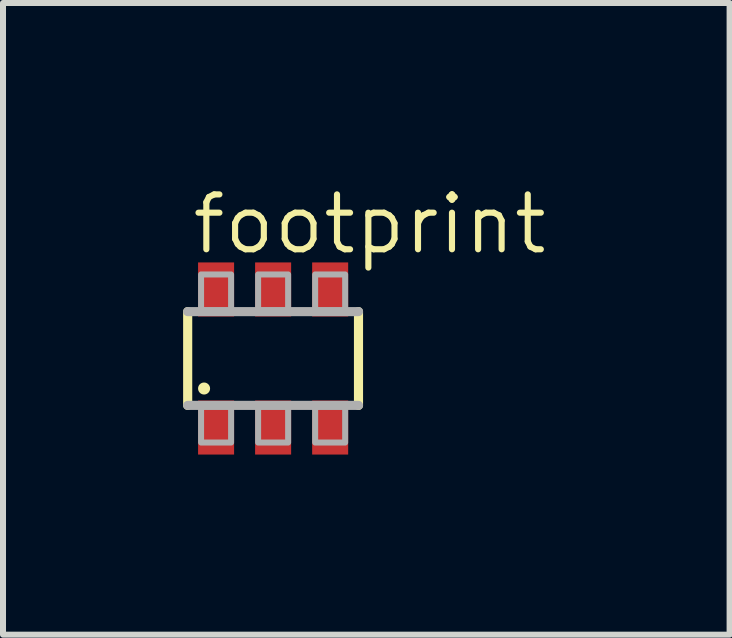
<source format=kicad_pcb>
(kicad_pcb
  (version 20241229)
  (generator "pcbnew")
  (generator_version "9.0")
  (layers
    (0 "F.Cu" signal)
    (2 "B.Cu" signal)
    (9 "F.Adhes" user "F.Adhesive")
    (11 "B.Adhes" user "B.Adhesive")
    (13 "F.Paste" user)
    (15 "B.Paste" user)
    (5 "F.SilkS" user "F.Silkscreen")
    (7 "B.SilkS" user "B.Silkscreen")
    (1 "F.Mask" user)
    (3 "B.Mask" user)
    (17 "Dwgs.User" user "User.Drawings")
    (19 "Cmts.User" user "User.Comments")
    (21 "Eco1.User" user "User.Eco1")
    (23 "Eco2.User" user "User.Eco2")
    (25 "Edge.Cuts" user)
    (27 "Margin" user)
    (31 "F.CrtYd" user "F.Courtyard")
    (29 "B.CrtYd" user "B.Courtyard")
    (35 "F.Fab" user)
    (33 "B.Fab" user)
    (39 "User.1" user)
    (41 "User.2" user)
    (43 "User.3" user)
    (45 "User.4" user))
  (footprint "footprint"
    (layer "F.Cu")
    (at 1.499 2.921)
    (property "Reference" "footprint" (at -1.397 -1.702 0) (layer "F.SilkS") (effects (font (size 0.914 0.914) (thickness 0.102)) (justify left bottom)))
    (fp_line (start -1.423 0.781) (end -1.423 -0.781) (stroke (width 0.152) (type solid)) (layer "F.SilkS"))
    (fp_line (start 1.422 -0.781) (end 1.422 0.781) (stroke (width 0.152) (type solid)) (layer "F.SilkS"))
    (fp_circle (center -1.15 0.5) (end -1.1 0.5) (stroke (width 0.1) (type solid)) (fill yes) (layer "F.SilkS"))
    (fp_line (start -1.423 -0.781) (end 1.422 -0.781) (stroke (width 0.152) (type solid)) (layer "F.Fab"))
    (fp_line (start 1.422 0.781) (end -1.423 0.781) (stroke (width 0.152) (type solid)) (layer "F.Fab"))
    (fp_poly (pts (xy -1.2 -0.8) (xy -0.7 -0.8) (xy -0.7 -1.4) (xy -1.2 -1.4)) (stroke (width 0.1) (type solid)) (fill no) (layer "F.Fab"))
    (fp_poly (pts (xy -1.2 1.4) (xy -0.7 1.4) (xy -0.7 0.8) (xy -1.2 0.8)) (stroke (width 0.1) (type solid)) (fill no) (layer "F.Fab"))
    (fp_poly (pts (xy -0.25 -0.8) (xy 0.25 -0.8) (xy 0.25 -1.4) (xy -0.25 -1.4)) (stroke (width 0.1) (type solid)) (fill no) (layer "F.Fab"))
    (fp_poly (pts (xy -0.25 1.4) (xy 0.25 1.4) (xy 0.25 0.8) (xy -0.25 0.8)) (stroke (width 0.1) (type solid)) (fill no) (layer "F.Fab"))
    (fp_poly (pts (xy 0.7 -0.8) (xy 1.2 -0.8) (xy 1.2 -1.4) (xy 0.7 -1.4)) (stroke (width 0.1) (type solid)) (fill no) (layer "F.Fab"))
    (fp_poly (pts (xy 0.7 1.4) (xy 1.2 1.4) (xy 1.2 0.8) (xy 0.7 0.8)) (stroke (width 0.1) (type solid)) (fill no) (layer "F.Fab"))
    (pad "1" smd rect (at -0.95 1.15) (size 0.6 0.9) (layers "F.Cu" "F.Mask" "F.Paste"))
    (pad "2" smd rect (at 0 1.15) (size 0.6 0.9) (layers "F.Cu" "F.Mask" "F.Paste"))
    (pad "3" smd rect (at 0.95 1.15) (size 0.6 0.9) (layers "F.Cu" "F.Mask" "F.Paste"))
    (pad "4" smd rect (at 0.95 -1.15) (size 0.6 0.9) (layers "F.Cu" "F.Mask" "F.Paste"))
    (pad "5" smd rect (at 0 -1.15) (size 0.6 0.9) (layers "F.Cu" "F.Mask" "F.Paste"))
    (pad "6" smd rect (at -0.95 -1.15) (size 0.6 0.9) (layers "F.Cu" "F.Mask" "F.Paste")))
  (gr_rect
    (start -3 -3)
    (end 9.102 7.521)
    (stroke (width 0.1) (type default))
    (fill no)
    (layer "Edge.Cuts")))
</source>
